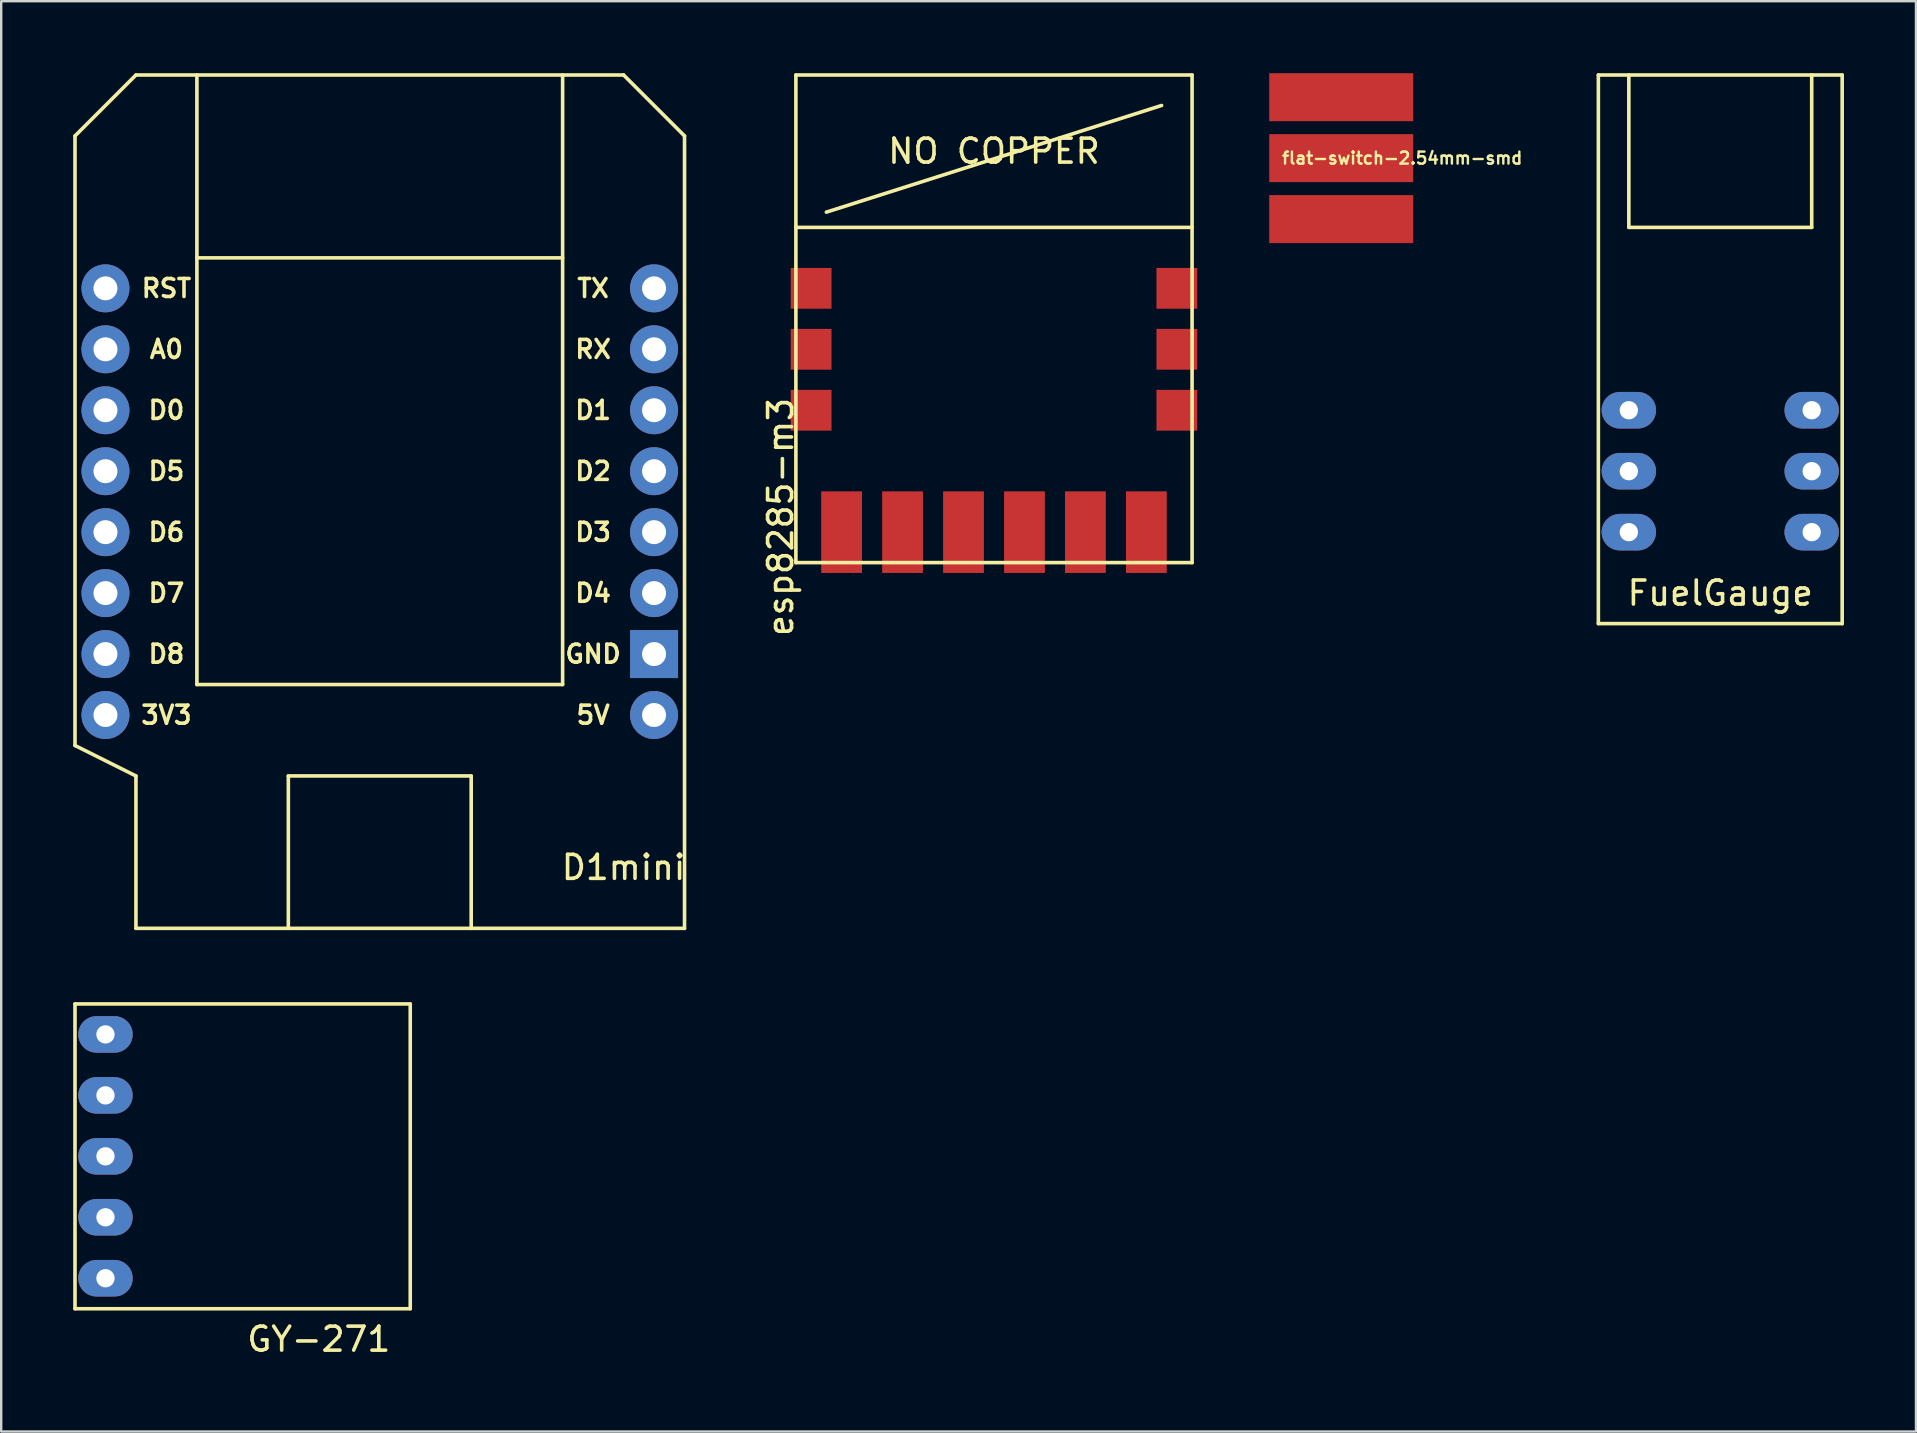
<source format=kicad_pcb>
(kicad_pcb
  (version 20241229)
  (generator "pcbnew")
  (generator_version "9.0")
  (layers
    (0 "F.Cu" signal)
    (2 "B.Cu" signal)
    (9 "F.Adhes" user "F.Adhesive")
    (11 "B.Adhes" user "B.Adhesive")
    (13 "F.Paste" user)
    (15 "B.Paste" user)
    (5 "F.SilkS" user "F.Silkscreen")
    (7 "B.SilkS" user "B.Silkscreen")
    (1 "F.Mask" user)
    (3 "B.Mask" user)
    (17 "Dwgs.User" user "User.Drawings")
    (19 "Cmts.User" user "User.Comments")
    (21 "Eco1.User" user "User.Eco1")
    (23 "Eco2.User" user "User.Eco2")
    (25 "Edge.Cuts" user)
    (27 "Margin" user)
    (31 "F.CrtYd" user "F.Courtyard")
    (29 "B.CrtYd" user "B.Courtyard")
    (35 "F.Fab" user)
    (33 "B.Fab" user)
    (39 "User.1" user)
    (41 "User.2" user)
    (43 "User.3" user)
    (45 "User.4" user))
  (footprint "GY-271"
    (layer "F.Cu")
    (at 5.155 46.405)
    (property "Reference" "GY-271" (at 5.08 6.35 0) (layer "F.SilkS") (effects (font (size 1 1) (thickness 0.15))))
    (attr through_hole)
    (fp_line (start -5.08 -7.62) (end -5.08 5.08) (stroke (width 0.15) (type solid)) (layer "F.SilkS"))
    (fp_line (start -5.08 -7.62) (end 8.89 -7.62) (stroke (width 0.15) (type solid)) (layer "F.SilkS"))
    (fp_line (start -5.08 5.08) (end 8.89 5.08) (stroke (width 0.15) (type solid)) (layer "F.SilkS"))
    (fp_line (start 8.89 5.08) (end 8.89 -7.62) (stroke (width 0.15) (type solid)) (layer "F.SilkS"))
    (pad "1" thru_hole oval (at -3.81 -6.35) (size 2.268 1.524) (drill 0.762) (layers "*.Cu" "*.Mask"))
    (pad "2" thru_hole oval (at -3.81 -3.81) (size 2.268 1.524) (drill 0.762) (layers "*.Cu" "*.Mask"))
    (pad "3" thru_hole oval (at -3.81 -1.27) (size 2.268 1.524) (drill 0.762) (layers "*.Cu" "*.Mask"))
    (pad "4" thru_hole oval (at -3.81 1.27) (size 2.268 1.524) (drill 0.762) (layers "*.Cu" "*.Mask"))
    (pad "5" thru_hole oval (at -3.81 3.81) (size 2.268 1.524) (drill 0.762) (layers "*.Cu" "*.Mask")))
  (footprint "D1mini"
    (layer "F.Cu")
    (at 12.775 16.585)
    (property "Reference" "D1mini" (at 10.16 16.51 0) (layer "F.SilkS") (effects (font (size 1 1) (thickness 0.15))))
    (attr through_hole)
    (fp_line (start -12.7 -13.97) (end -12.7 11.43) (stroke (width 0.15) (type solid)) (layer "F.SilkS"))
    (fp_line (start -12.7 -13.97) (end -10.16 -16.51) (stroke (width 0.15) (type solid)) (layer "F.SilkS"))
    (fp_line (start -12.7 11.43) (end -10.16 12.7) (stroke (width 0.15) (type solid)) (layer "F.SilkS"))
    (fp_line (start -10.16 12.7) (end -10.16 19.05) (stroke (width 0.15) (type solid)) (layer "F.SilkS"))
    (fp_line (start -10.16 19.05) (end 12.7 19.05) (stroke (width 0.15) (type solid)) (layer "F.SilkS"))
    (fp_line (start -7.62 -16.51) (end -7.62 8.89) (stroke (width 0.15) (type solid)) (layer "F.SilkS"))
    (fp_line (start -7.62 -8.89) (end 7.62 -8.89) (stroke (width 0.15) (type solid)) (layer "F.SilkS"))
    (fp_line (start -7.62 8.89) (end 7.62 8.89) (stroke (width 0.15) (type solid)) (layer "F.SilkS"))
    (fp_line (start -3.81 12.7) (end 3.81 12.7) (stroke (width 0.15) (type solid)) (layer "F.SilkS"))
    (fp_line (start -3.81 19.05) (end -3.81 12.7) (stroke (width 0.15) (type solid)) (layer "F.SilkS"))
    (fp_line (start 3.81 12.7) (end 3.81 19.05) (stroke (width 0.15) (type solid)) (layer "F.SilkS"))
    (fp_line (start 7.62 8.89) (end 7.62 -16.51) (stroke (width 0.15) (type solid)) (layer "F.SilkS"))
    (fp_line (start 10.16 -16.51) (end -10.16 -16.51) (stroke (width 0.15) (type solid)) (layer "F.SilkS"))
    (fp_line (start 10.16 -16.51) (end 12.7 -13.97) (stroke (width 0.15) (type solid)) (layer "F.SilkS"))
    (fp_line (start 12.7 19.05) (end 12.7 -13.97) (stroke (width 0.15) (type solid)) (layer "F.SilkS"))
    (fp_text user "D4" (at 8.89 5.08 0) (layer "F.SilkS") (effects (font (size 0.75 0.75) (thickness 0.15))))
    (fp_text user "D5" (at -8.89 0 0) (layer "F.SilkS") (effects (font (size 0.75 0.75) (thickness 0.15))))
    (fp_text user "5V" (at 8.89 10.16 0) (layer "F.SilkS") (effects (font (size 0.75 0.75) (thickness 0.15))))
    (fp_text user "D7" (at -8.89 5.08 0) (layer "F.SilkS") (effects (font (size 0.75 0.75) (thickness 0.15))))
    (fp_text user "RST" (at -8.89 -7.62 0) (layer "F.SilkS") (effects (font (size 0.75 0.75) (thickness 0.15))))
    (fp_text user "GND" (at 8.89 7.62 0) (layer "F.SilkS") (effects (font (size 0.75 0.75) (thickness 0.15))))
    (fp_text user "D2" (at 8.89 0 0) (layer "F.SilkS") (effects (font (size 0.75 0.75) (thickness 0.15))))
    (fp_text user "RX" (at 8.89 -5.08 0) (layer "F.SilkS") (effects (font (size 0.75 0.75) (thickness 0.15))))
    (fp_text user "3V3" (at -8.89 10.16 0) (layer "F.SilkS") (effects (font (size 0.75 0.75) (thickness 0.15))))
    (fp_text user "D8" (at -8.89 7.62 0) (layer "F.SilkS") (effects (font (size 0.75 0.75) (thickness 0.15))))
    (fp_text user "D0" (at -8.89 -2.54 0) (layer "F.SilkS") (effects (font (size 0.75 0.75) (thickness 0.15))))
    (fp_text user "D6" (at -8.89 2.54 0) (layer "F.SilkS") (effects (font (size 0.75 0.75) (thickness 0.15))))
    (fp_text user "TX" (at 8.89 -7.62 0) (layer "F.SilkS") (effects (font (size 0.75 0.75) (thickness 0.15))))
    (fp_text user "A0" (at -8.89 -5.08 0) (layer "F.SilkS") (effects (font (size 0.75 0.75) (thickness 0.15))))
    (fp_text user "D3" (at 8.89 2.54 0) (layer "F.SilkS") (effects (font (size 0.75 0.75) (thickness 0.15))))
    (fp_text user "D1" (at 8.89 -2.54 0) (layer "F.SilkS") (effects (font (size 0.75 0.75) (thickness 0.15))))
    (pad "1" thru_hole circle (at -11.43 -7.62) (size 2 2) (drill 1) (layers "*.Cu" "*.Mask"))
    (pad "2" thru_hole circle (at -11.43 -5.08) (size 2 2) (drill 1) (layers "*.Cu" "*.Mask"))
    (pad "3" thru_hole circle (at -11.43 -2.54) (size 2 2) (drill 1) (layers "*.Cu" "*.Mask"))
    (pad "4" thru_hole circle (at -11.43 0) (size 2 2) (drill 1) (layers "*.Cu" "*.Mask"))
    (pad "5" thru_hole circle (at -11.43 2.54) (size 2 2) (drill 1) (layers "*.Cu" "*.Mask"))
    (pad "6" thru_hole circle (at -11.43 5.08) (size 2 2) (drill 1) (layers "*.Cu" "*.Mask"))
    (pad "7" thru_hole circle (at -11.43 7.62) (size 2 2) (drill 1) (layers "*.Cu" "*.Mask"))
    (pad "8" thru_hole circle (at -11.43 10.16) (size 2 2) (drill 1) (layers "*.Cu" "*.Mask"))
    (pad "9" thru_hole circle (at 11.43 -7.62) (size 2 2) (drill 1) (layers "*.Cu" "*.Mask"))
    (pad "10" thru_hole circle (at 11.43 -5.08) (size 2 2) (drill 1) (layers "*.Cu" "*.Mask"))
    (pad "11" thru_hole circle (at 11.43 -2.54) (size 2 2) (drill 1) (layers "*.Cu" "*.Mask"))
    (pad "12" thru_hole circle (at 11.43 0) (size 2 2) (drill 1) (layers "*.Cu" "*.Mask"))
    (pad "13" thru_hole circle (at 11.43 2.54) (size 2 2) (drill 1) (layers "*.Cu" "*.Mask"))
    (pad "14" thru_hole circle (at 11.43 5.08) (size 2 2) (drill 1) (layers "*.Cu" "*.Mask"))
    (pad "15" thru_hole rect (at 11.43 7.62) (size 2 2) (drill 1) (layers "*.Cu" "*.Mask"))
    (pad "16" thru_hole circle (at 11.43 10.16) (size 2 2) (drill 1) (layers "*.Cu" "*.Mask")))
  (footprint "flat-switch-2.54mm-smd"
    (layer "F.Cu")
    (at 50.3 6.08)
    (property "Reference" "flat-switch-2.54mm-smd" (at 5.08 -2.54 0) (layer "F.SilkS") (effects (font (size 0.5 0.5) (thickness 0.1))))
    (attr through_hole)
    (pad "1" smd rect (at 2.54 -5.08) (size 6 2) (layers "F.Cu" "F.Mask" "F.Paste"))
    (pad "2" smd rect (at 2.54 -2.54) (size 6 2) (layers "F.Cu" "F.Mask" "F.Paste"))
    (pad "3" smd rect (at 2.54 0) (size 6 2) (layers "F.Cu" "F.Mask" "F.Paste")))
  (footprint "esp8285-m3"
    (layer "F.Cu")
    (at 30.115 20.395)
    (property "Reference" "esp8285-m3" (at -0.635 -1.905 90) (layer "F.SilkS") (effects (font (size 1 1) (thickness 0.15))))
    (attr through_hole)
    (fp_line (start 0 -20.32) (end 0 0) (stroke (width 0.15) (type solid)) (layer "F.SilkS"))
    (fp_line (start 0 -13.97) (end 16.51 -13.97) (stroke (width 0.15) (type solid)) (layer "F.SilkS"))
    (fp_line (start 0 0) (end 16.51 0) (stroke (width 0.15) (type solid)) (layer "F.SilkS"))
    (fp_line (start 1.27 -14.605) (end 15.24 -19.05) (stroke (width 0.15) (type solid)) (layer "F.SilkS"))
    (fp_line (start 16.51 -20.32) (end 0 -20.32) (stroke (width 0.15) (type solid)) (layer "F.SilkS"))
    (fp_line (start 16.51 0) (end 16.51 -20.32) (stroke (width 0.15) (type solid)) (layer "F.SilkS"))
    (fp_text user "NO COPPER" (at 8.255 -17.145 0) (layer "F.SilkS") (effects (font (size 1 1) (thickness 0.15))))
    (pad "1" smd rect (at 0.635 -11.43) (size 1.7 1.7) (layers "F.Cu" "F.Mask" "F.Paste"))
    (pad "2" smd rect (at 0.635 -8.89) (size 1.7 1.7) (layers "F.Cu" "F.Mask" "F.Paste"))
    (pad "3" smd rect (at 0.635 -6.35) (size 1.7 1.7) (layers "F.Cu" "F.Mask" "F.Paste"))
    (pad "4" smd rect (at 1.905 -1.27) (size 1.7 3.4) (layers "F.Cu" "F.Mask" "F.Paste"))
    (pad "5" smd rect (at 4.445 -1.27) (size 1.7 3.4) (layers "F.Cu" "F.Mask" "F.Paste"))
    (pad "6" smd rect (at 6.985 -1.27) (size 1.7 3.4) (layers "F.Cu" "F.Mask" "F.Paste"))
    (pad "7" smd rect (at 9.525 -1.27) (size 1.7 3.4) (layers "F.Cu" "F.Mask" "F.Paste"))
    (pad "8" smd rect (at 12.065 -1.27) (size 1.7 3.4) (layers "F.Cu" "F.Mask" "F.Paste"))
    (pad "9" smd rect (at 14.605 -1.27) (size 1.7 3.4) (layers "F.Cu" "F.Mask" "F.Paste"))
    (pad "10" smd rect (at 15.875 -6.35) (size 1.7 1.7) (layers "F.Cu" "F.Mask" "F.Paste"))
    (pad "11" smd rect (at 15.875 -8.89) (size 1.7 1.7) (layers "F.Cu" "F.Mask" "F.Paste"))
    (pad "12" smd rect (at 15.875 -11.43) (size 1.7 1.7) (layers "F.Cu" "F.Mask" "F.Paste")))
  (footprint "FuelGauge"
    (layer "F.Cu")
    (at 68.635 15.315)
    (property "Reference" "FuelGauge" (at 0 6.35 0) (layer "F.SilkS") (effects (font (size 1 1) (thickness 0.15))))
    (attr through_hole)
    (fp_line (start -5.08 -15.24) (end -5.08 7.62) (stroke (width 0.15) (type solid)) (layer "F.SilkS"))
    (fp_line (start -5.08 -15.24) (end 5.08 -15.24) (stroke (width 0.15) (type solid)) (layer "F.SilkS"))
    (fp_line (start -5.08 7.62) (end 5.08 7.62) (stroke (width 0.15) (type solid)) (layer "F.SilkS"))
    (fp_line (start -3.81 -15.24) (end -3.81 -8.89) (stroke (width 0.15) (type solid)) (layer "F.SilkS"))
    (fp_line (start -3.81 -8.89) (end 3.81 -8.89) (stroke (width 0.15) (type solid)) (layer "F.SilkS"))
    (fp_line (start 3.81 -8.89) (end 3.81 -15.24) (stroke (width 0.15) (type solid)) (layer "F.SilkS"))
    (fp_line (start 5.08 -15.24) (end 5.08 7.62) (stroke (width 0.15) (type solid)) (layer "F.SilkS"))
    (pad "1" thru_hole oval (at 3.81 -1.27) (size 2.268 1.524) (drill 0.762) (layers "*.Cu" "*.Mask"))
    (pad "2" thru_hole oval (at 3.81 1.27) (size 2.268 1.524) (drill 0.762) (layers "*.Cu" "*.Mask"))
    (pad "3" thru_hole oval (at 3.81 3.81) (size 2.268 1.524) (drill 0.762) (layers "*.Cu" "*.Mask"))
    (pad "4" thru_hole oval (at -3.81 -1.27) (size 2.268 1.524) (drill 0.762) (layers "*.Cu" "*.Mask"))
    (pad "5" thru_hole oval (at -3.81 1.27) (size 2.268 1.524) (drill 0.762) (layers "*.Cu" "*.Mask"))
    (pad "6" thru_hole oval (at -3.81 3.81) (size 2.268 1.524) (drill 0.762) (layers "*.Cu" "*.Mask")))
  (gr_rect
    (start -3 -3)
    (end 76.79 56.603)
    (stroke (width 0.1) (type default))
    (fill no)
    (layer "Edge.Cuts")))
</source>
